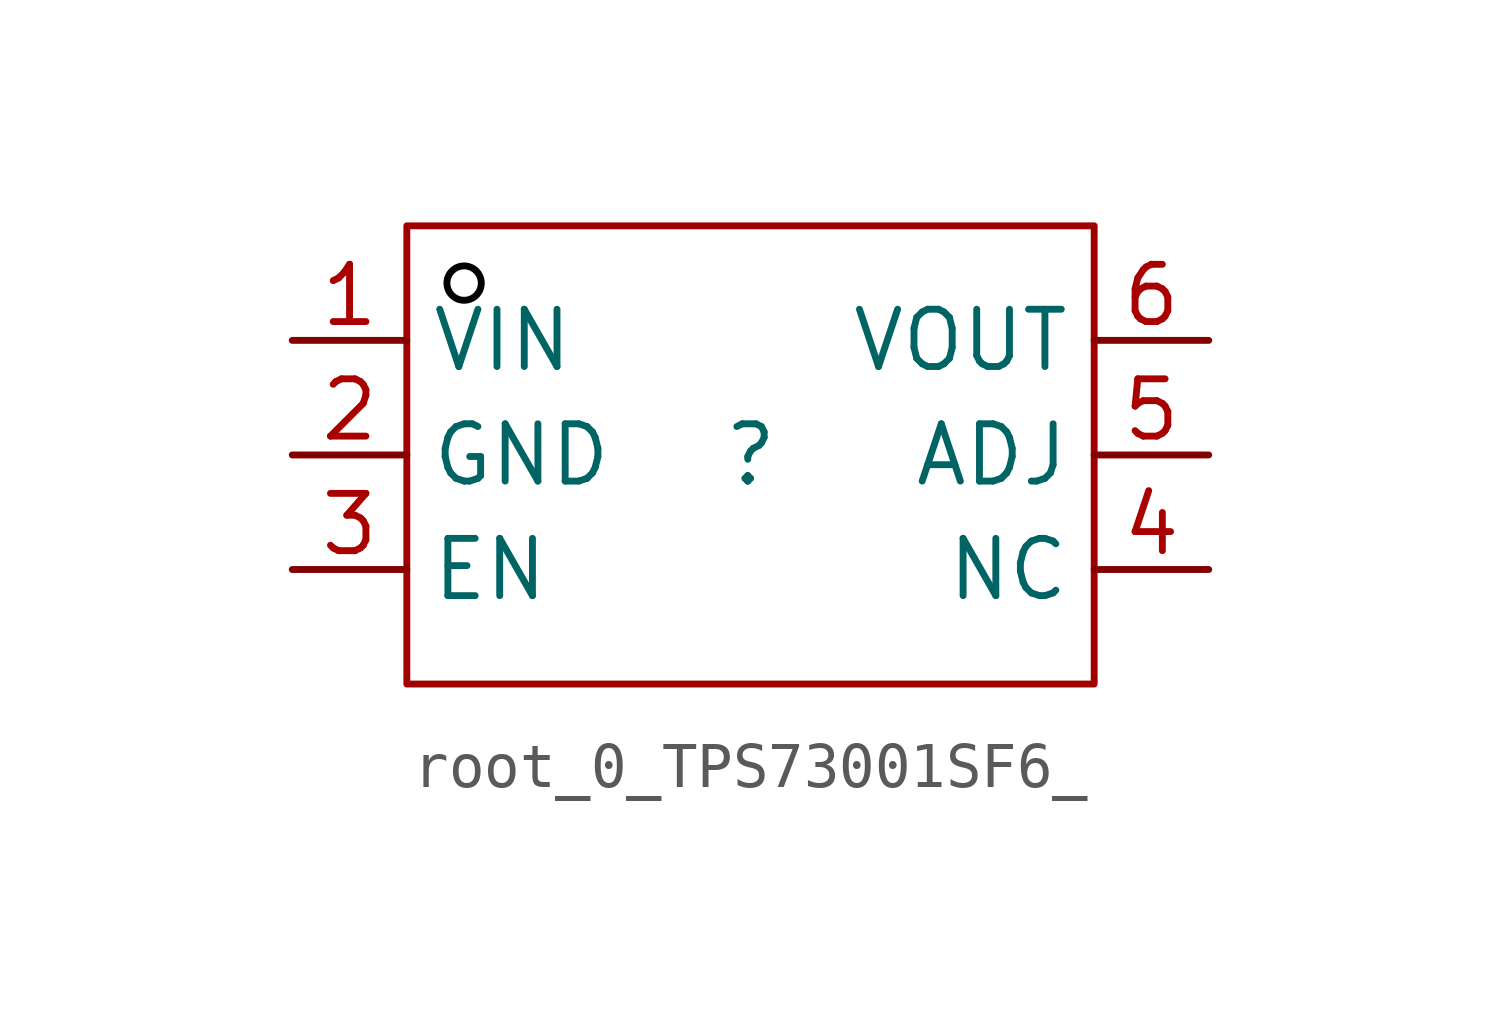
<source format=kicad_sym>
(kicad_symbol_lib
  (version 20241209)
  (generator "kicad_symbol_editor")
  (generator_version "9.0")
  (symbol "root_0_TPS73001SF6_"
    (property "Reference" ""
      (at 0 0 0)
      (effects (font (size 1.27 1.27))))
    (property "Value" ""
      (at 0 0 0)
      (effects (font (size 1.27 1.27))))
    (symbol "root_0_TPS73001SF6__1_0"
      (rectangle (start -7.62 5.08) (end 7.62 -5.08) (stroke (width 0) (type solid) (color 160 0 0 1)) (fill (type none)))
      (circle (center -6.35 3.81) (radius 0.381) (stroke (width 0) (type solid) (color 0 0 0 1)) (fill (type none)))
      (pin passive line (at -10.16 2.54 0) (length 2.54) (name "VIN" (effects (font (size 1.27 1.27)))) (number "1" (effects (font (size 1.27 1.27)))))
      (pin passive line (at -10.16 0 0) (length 2.54) (name "GND" (effects (font (size 1.27 1.27)))) (number "2" (effects (font (size 1.27 1.27)))))
      (pin passive line (at -10.16 -2.54 0) (length 2.54) (name "EN" (effects (font (size 1.27 1.27)))) (number "3" (effects (font (size 1.27 1.27)))))
      (pin passive line (at 10.16 2.54 180) (length 2.54) (name "VOUT" (effects (font (size 1.27 1.27)))) (number "6" (effects (font (size 1.27 1.27)))))
      (pin passive line (at 10.16 0 180) (length 2.54) (name "ADJ" (effects (font (size 1.27 1.27)))) (number "5" (effects (font (size 1.27 1.27)))))
      (pin passive line (at 10.16 -2.54 180) (length 2.54) (name "NC" (effects (font (size 1.27 1.27)))) (number "4" (effects (font (size 1.27 1.27))))))))
</source>
